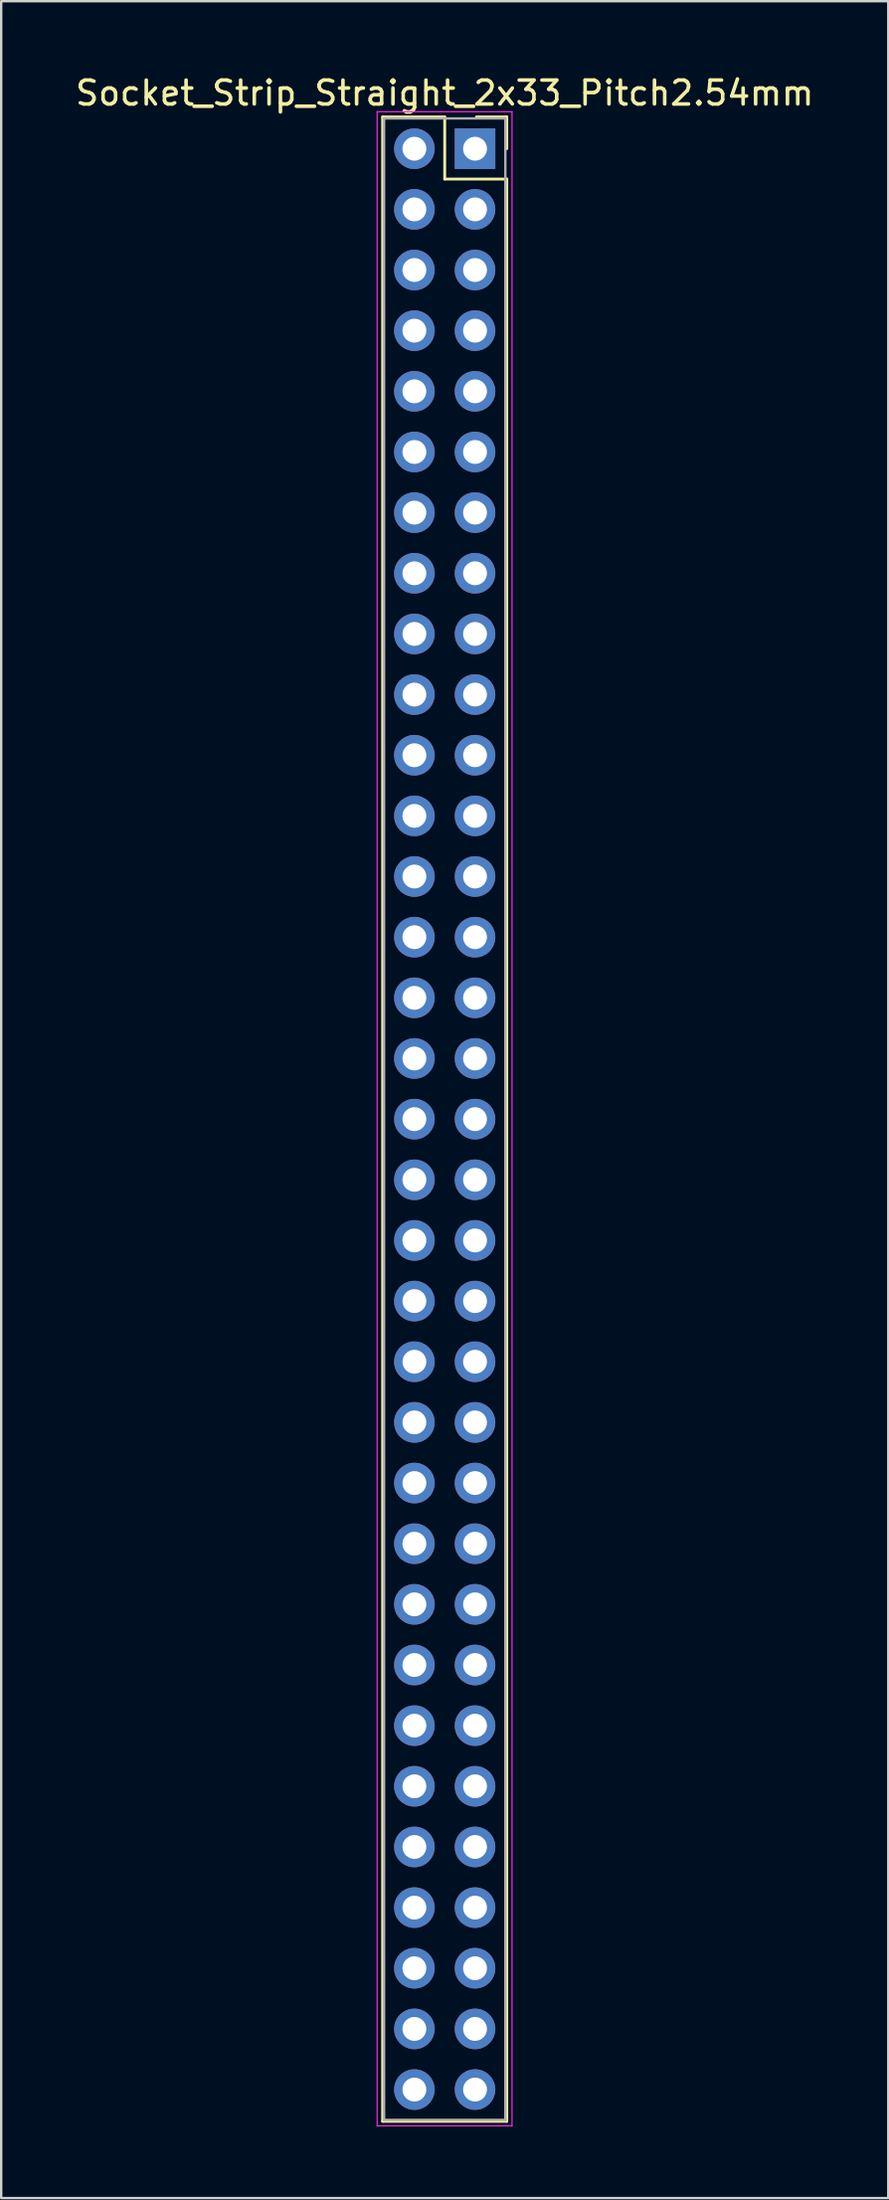
<source format=kicad_pcb>
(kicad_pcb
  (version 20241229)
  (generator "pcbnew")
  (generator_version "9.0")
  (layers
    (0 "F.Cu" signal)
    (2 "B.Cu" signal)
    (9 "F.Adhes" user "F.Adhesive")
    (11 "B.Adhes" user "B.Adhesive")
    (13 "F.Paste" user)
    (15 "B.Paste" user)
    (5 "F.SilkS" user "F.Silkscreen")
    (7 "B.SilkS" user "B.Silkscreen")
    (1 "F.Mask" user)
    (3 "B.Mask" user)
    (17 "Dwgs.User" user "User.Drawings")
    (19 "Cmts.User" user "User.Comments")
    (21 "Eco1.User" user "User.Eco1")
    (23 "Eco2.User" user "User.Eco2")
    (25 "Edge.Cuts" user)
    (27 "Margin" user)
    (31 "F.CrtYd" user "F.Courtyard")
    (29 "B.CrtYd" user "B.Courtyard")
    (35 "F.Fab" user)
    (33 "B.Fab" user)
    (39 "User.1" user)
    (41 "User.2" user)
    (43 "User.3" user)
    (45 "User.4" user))
  (footprint "Socket_Strip_Straight_2x33_Pitch2.54mm"
    (layer "F.Cu")
    (at 16.847 3.178)
    (property "Reference" "Socket_Strip_Straight_2x33_Pitch2.54mm" (at -1.27 -2.33 0) (layer "F.SilkS") (effects (font (size 1 1) (thickness 0.15))))
    (attr through_hole)
    (fp_line (start -3.87 -1.33) (end -1.27 -1.33) (stroke (width 0.12) (type solid)) (layer "F.SilkS"))
    (fp_line (start -3.87 82.61) (end -3.87 -1.33) (stroke (width 0.12) (type solid)) (layer "F.SilkS"))
    (fp_line (start -1.27 -1.33) (end -1.27 1.27) (stroke (width 0.12) (type solid)) (layer "F.SilkS"))
    (fp_line (start -1.27 1.27) (end 1.33 1.27) (stroke (width 0.12) (type solid)) (layer "F.SilkS"))
    (fp_line (start 1.33 -1.33) (end 0.06 -1.33) (stroke (width 0.12) (type solid)) (layer "F.SilkS"))
    (fp_line (start 1.33 0) (end 1.33 -1.33) (stroke (width 0.12) (type solid)) (layer "F.SilkS"))
    (fp_line (start 1.33 1.27) (end 1.33 82.61) (stroke (width 0.12) (type solid)) (layer "F.SilkS"))
    (fp_line (start 1.33 82.61) (end -3.87 82.61) (stroke (width 0.12) (type solid)) (layer "F.SilkS"))
    (fp_line (start -4.1 -1.55) (end -4.1 82.8) (stroke (width 0.05) (type solid)) (layer "F.CrtYd"))
    (fp_line (start -4.1 82.8) (end 1.55 82.8) (stroke (width 0.05) (type solid)) (layer "F.CrtYd"))
    (fp_line (start 1.55 -1.55) (end -4.1 -1.55) (stroke (width 0.05) (type solid)) (layer "F.CrtYd"))
    (fp_line (start 1.55 82.8) (end 1.55 -1.55) (stroke (width 0.05) (type solid)) (layer "F.CrtYd"))
    (fp_line (start -3.81 -1.27) (end -3.81 82.55) (stroke (width 0.1) (type solid)) (layer "F.Fab"))
    (fp_line (start -3.81 82.55) (end 1.27 82.55) (stroke (width 0.1) (type solid)) (layer "F.Fab"))
    (fp_line (start 1.27 -1.27) (end -3.81 -1.27) (stroke (width 0.1) (type solid)) (layer "F.Fab"))
    (fp_line (start 1.27 82.55) (end 1.27 -1.27) (stroke (width 0.1) (type solid)) (layer "F.Fab"))
    (pad "1" thru_hole rect (at 0 0) (size 1.7 1.7) (drill 1) (layers "*.Cu" "*.Mask"))
    (pad "2" thru_hole oval (at -2.54 0) (size 1.7 1.7) (drill 1) (layers "*.Cu" "*.Mask"))
    (pad "3" thru_hole oval (at 0 2.54) (size 1.7 1.7) (drill 1) (layers "*.Cu" "*.Mask"))
    (pad "4" thru_hole oval (at -2.54 2.54) (size 1.7 1.7) (drill 1) (layers "*.Cu" "*.Mask"))
    (pad "5" thru_hole oval (at 0 5.08) (size 1.7 1.7) (drill 1) (layers "*.Cu" "*.Mask"))
    (pad "6" thru_hole oval (at -2.54 5.08) (size 1.7 1.7) (drill 1) (layers "*.Cu" "*.Mask"))
    (pad "7" thru_hole oval (at 0 7.62) (size 1.7 1.7) (drill 1) (layers "*.Cu" "*.Mask"))
    (pad "8" thru_hole oval (at -2.54 7.62) (size 1.7 1.7) (drill 1) (layers "*.Cu" "*.Mask"))
    (pad "9" thru_hole oval (at 0 10.16) (size 1.7 1.7) (drill 1) (layers "*.Cu" "*.Mask"))
    (pad "10" thru_hole oval (at -2.54 10.16) (size 1.7 1.7) (drill 1) (layers "*.Cu" "*.Mask"))
    (pad "11" thru_hole oval (at 0 12.7) (size 1.7 1.7) (drill 1) (layers "*.Cu" "*.Mask"))
    (pad "12" thru_hole oval (at -2.54 12.7) (size 1.7 1.7) (drill 1) (layers "*.Cu" "*.Mask"))
    (pad "13" thru_hole oval (at 0 15.24) (size 1.7 1.7) (drill 1) (layers "*.Cu" "*.Mask"))
    (pad "14" thru_hole oval (at -2.54 15.24) (size 1.7 1.7) (drill 1) (layers "*.Cu" "*.Mask"))
    (pad "15" thru_hole oval (at 0 17.78) (size 1.7 1.7) (drill 1) (layers "*.Cu" "*.Mask"))
    (pad "16" thru_hole oval (at -2.54 17.78) (size 1.7 1.7) (drill 1) (layers "*.Cu" "*.Mask"))
    (pad "17" thru_hole oval (at 0 20.32) (size 1.7 1.7) (drill 1) (layers "*.Cu" "*.Mask"))
    (pad "18" thru_hole oval (at -2.54 20.32) (size 1.7 1.7) (drill 1) (layers "*.Cu" "*.Mask"))
    (pad "19" thru_hole oval (at 0 22.86) (size 1.7 1.7) (drill 1) (layers "*.Cu" "*.Mask"))
    (pad "20" thru_hole oval (at -2.54 22.86) (size 1.7 1.7) (drill 1) (layers "*.Cu" "*.Mask"))
    (pad "21" thru_hole oval (at 0 25.4) (size 1.7 1.7) (drill 1) (layers "*.Cu" "*.Mask"))
    (pad "22" thru_hole oval (at -2.54 25.4) (size 1.7 1.7) (drill 1) (layers "*.Cu" "*.Mask"))
    (pad "23" thru_hole oval (at 0 27.94) (size 1.7 1.7) (drill 1) (layers "*.Cu" "*.Mask"))
    (pad "24" thru_hole oval (at -2.54 27.94) (size 1.7 1.7) (drill 1) (layers "*.Cu" "*.Mask"))
    (pad "25" thru_hole oval (at 0 30.48) (size 1.7 1.7) (drill 1) (layers "*.Cu" "*.Mask"))
    (pad "26" thru_hole oval (at -2.54 30.48) (size 1.7 1.7) (drill 1) (layers "*.Cu" "*.Mask"))
    (pad "27" thru_hole oval (at 0 33.02) (size 1.7 1.7) (drill 1) (layers "*.Cu" "*.Mask"))
    (pad "28" thru_hole oval (at -2.54 33.02) (size 1.7 1.7) (drill 1) (layers "*.Cu" "*.Mask"))
    (pad "29" thru_hole oval (at 0 35.56) (size 1.7 1.7) (drill 1) (layers "*.Cu" "*.Mask"))
    (pad "30" thru_hole oval (at -2.54 35.56) (size 1.7 1.7) (drill 1) (layers "*.Cu" "*.Mask"))
    (pad "31" thru_hole oval (at 0 38.1) (size 1.7 1.7) (drill 1) (layers "*.Cu" "*.Mask"))
    (pad "32" thru_hole oval (at -2.54 38.1) (size 1.7 1.7) (drill 1) (layers "*.Cu" "*.Mask"))
    (pad "33" thru_hole oval (at 0 40.64) (size 1.7 1.7) (drill 1) (layers "*.Cu" "*.Mask"))
    (pad "34" thru_hole oval (at -2.54 40.64) (size 1.7 1.7) (drill 1) (layers "*.Cu" "*.Mask"))
    (pad "35" thru_hole oval (at 0 43.18) (size 1.7 1.7) (drill 1) (layers "*.Cu" "*.Mask"))
    (pad "36" thru_hole oval (at -2.54 43.18) (size 1.7 1.7) (drill 1) (layers "*.Cu" "*.Mask"))
    (pad "37" thru_hole oval (at 0 45.72) (size 1.7 1.7) (drill 1) (layers "*.Cu" "*.Mask"))
    (pad "38" thru_hole oval (at -2.54 45.72) (size 1.7 1.7) (drill 1) (layers "*.Cu" "*.Mask"))
    (pad "39" thru_hole oval (at 0 48.26) (size 1.7 1.7) (drill 1) (layers "*.Cu" "*.Mask"))
    (pad "40" thru_hole oval (at -2.54 48.26) (size 1.7 1.7) (drill 1) (layers "*.Cu" "*.Mask"))
    (pad "41" thru_hole oval (at 0 50.8) (size 1.7 1.7) (drill 1) (layers "*.Cu" "*.Mask"))
    (pad "42" thru_hole oval (at -2.54 50.8) (size 1.7 1.7) (drill 1) (layers "*.Cu" "*.Mask"))
    (pad "43" thru_hole oval (at 0 53.34) (size 1.7 1.7) (drill 1) (layers "*.Cu" "*.Mask"))
    (pad "44" thru_hole oval (at -2.54 53.34) (size 1.7 1.7) (drill 1) (layers "*.Cu" "*.Mask"))
    (pad "45" thru_hole oval (at 0 55.88) (size 1.7 1.7) (drill 1) (layers "*.Cu" "*.Mask"))
    (pad "46" thru_hole oval (at -2.54 55.88) (size 1.7 1.7) (drill 1) (layers "*.Cu" "*.Mask"))
    (pad "47" thru_hole oval (at 0 58.42) (size 1.7 1.7) (drill 1) (layers "*.Cu" "*.Mask"))
    (pad "48" thru_hole oval (at -2.54 58.42) (size 1.7 1.7) (drill 1) (layers "*.Cu" "*.Mask"))
    (pad "49" thru_hole oval (at 0 60.96) (size 1.7 1.7) (drill 1) (layers "*.Cu" "*.Mask"))
    (pad "50" thru_hole oval (at -2.54 60.96) (size 1.7 1.7) (drill 1) (layers "*.Cu" "*.Mask"))
    (pad "51" thru_hole oval (at 0 63.5) (size 1.7 1.7) (drill 1) (layers "*.Cu" "*.Mask"))
    (pad "52" thru_hole oval (at -2.54 63.5) (size 1.7 1.7) (drill 1) (layers "*.Cu" "*.Mask"))
    (pad "53" thru_hole oval (at 0 66.04) (size 1.7 1.7) (drill 1) (layers "*.Cu" "*.Mask"))
    (pad "54" thru_hole oval (at -2.54 66.04) (size 1.7 1.7) (drill 1) (layers "*.Cu" "*.Mask"))
    (pad "55" thru_hole oval (at 0 68.58) (size 1.7 1.7) (drill 1) (layers "*.Cu" "*.Mask"))
    (pad "56" thru_hole oval (at -2.54 68.58) (size 1.7 1.7) (drill 1) (layers "*.Cu" "*.Mask"))
    (pad "57" thru_hole oval (at 0 71.12) (size 1.7 1.7) (drill 1) (layers "*.Cu" "*.Mask"))
    (pad "58" thru_hole oval (at -2.54 71.12) (size 1.7 1.7) (drill 1) (layers "*.Cu" "*.Mask"))
    (pad "59" thru_hole oval (at 0 73.66) (size 1.7 1.7) (drill 1) (layers "*.Cu" "*.Mask"))
    (pad "60" thru_hole oval (at -2.54 73.66) (size 1.7 1.7) (drill 1) (layers "*.Cu" "*.Mask"))
    (pad "61" thru_hole oval (at 0 76.2) (size 1.7 1.7) (drill 1) (layers "*.Cu" "*.Mask"))
    (pad "62" thru_hole oval (at -2.54 76.2) (size 1.7 1.7) (drill 1) (layers "*.Cu" "*.Mask"))
    (pad "63" thru_hole oval (at 0 78.74) (size 1.7 1.7) (drill 1) (layers "*.Cu" "*.Mask"))
    (pad "64" thru_hole oval (at -2.54 78.74) (size 1.7 1.7) (drill 1) (layers "*.Cu" "*.Mask"))
    (pad "65" thru_hole oval (at 0 81.28) (size 1.7 1.7) (drill 1) (layers "*.Cu" "*.Mask"))
    (pad "66" thru_hole oval (at -2.54 81.28) (size 1.7 1.7) (drill 1) (layers "*.Cu" "*.Mask")))
  (gr_rect
    (start -3 -3)
    (end 34.155 89.003)
    (stroke (width 0.1) (type default))
    (fill no)
    (layer "Edge.Cuts")))
</source>
